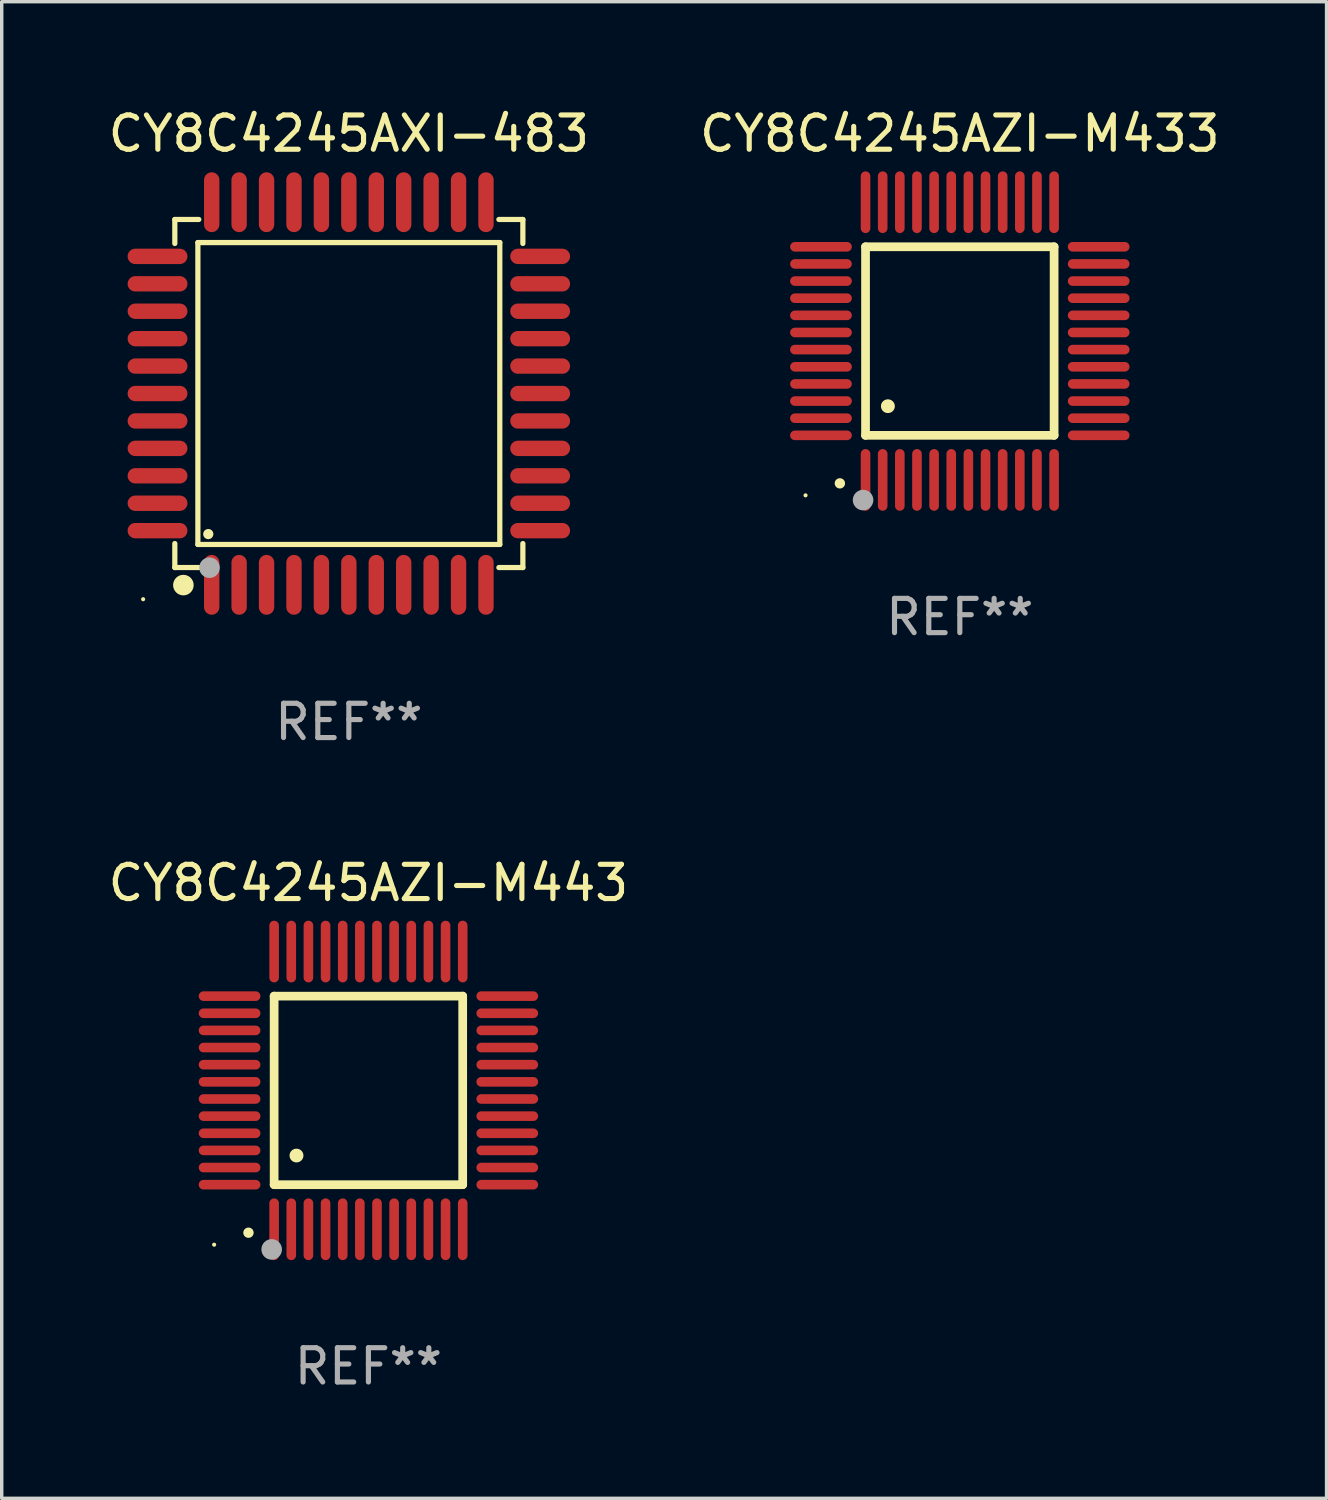
<source format=kicad_pcb>
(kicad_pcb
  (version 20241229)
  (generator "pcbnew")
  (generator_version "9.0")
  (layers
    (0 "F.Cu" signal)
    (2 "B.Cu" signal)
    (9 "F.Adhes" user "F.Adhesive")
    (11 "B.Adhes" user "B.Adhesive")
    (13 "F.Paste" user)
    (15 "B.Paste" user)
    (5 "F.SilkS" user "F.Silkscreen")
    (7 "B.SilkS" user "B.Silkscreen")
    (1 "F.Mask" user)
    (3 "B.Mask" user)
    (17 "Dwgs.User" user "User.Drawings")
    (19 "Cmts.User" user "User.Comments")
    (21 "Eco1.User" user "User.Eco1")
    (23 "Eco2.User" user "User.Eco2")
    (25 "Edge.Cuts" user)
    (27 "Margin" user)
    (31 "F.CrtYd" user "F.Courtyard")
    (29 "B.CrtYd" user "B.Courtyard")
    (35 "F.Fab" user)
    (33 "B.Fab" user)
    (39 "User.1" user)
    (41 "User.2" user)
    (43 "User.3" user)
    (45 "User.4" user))
  (footprint "CY8C4245AXI-483"
    (layer "F.Cu")
    (at 7.125 8.428)
    (property "Reference" "CY8C4245AXI-483" (at 0 -7.58 0) (layer "F.SilkS") (effects (font (size 1 1) (thickness 0.15))))
    (attr through_hole)
    (fp_line (start -5.076 -5.076) (end -5.076 -4.376) (stroke (width 0.152) (type solid)) (layer "F.SilkS"))
    (fp_line (start -5.076 5.076) (end -5.076 4.376) (stroke (width 0.152) (type solid)) (layer "F.SilkS"))
    (fp_line (start -4.403 -4.403) (end 4.403 -4.403) (stroke (width 0.152) (type solid)) (layer "F.SilkS"))
    (fp_line (start -4.403 4.403) (end -4.403 -4.403) (stroke (width 0.152) (type solid)) (layer "F.SilkS"))
    (fp_line (start -4.376 -5.076) (end -5.076 -5.076) (stroke (width 0.152) (type solid)) (layer "F.SilkS"))
    (fp_line (start -4.376 5.076) (end -5.076 5.076) (stroke (width 0.152) (type solid)) (layer "F.SilkS"))
    (fp_line (start 4.376 -5.076) (end 5.076 -5.076) (stroke (width 0.152) (type solid)) (layer "F.SilkS"))
    (fp_line (start 4.376 5.076) (end 5.076 5.076) (stroke (width 0.152) (type solid)) (layer "F.SilkS"))
    (fp_line (start 4.403 -4.403) (end 4.403 4.403) (stroke (width 0.152) (type solid)) (layer "F.SilkS"))
    (fp_line (start 4.403 4.403) (end -4.403 4.403) (stroke (width 0.152) (type solid)) (layer "F.SilkS"))
    (fp_line (start 5.076 -5.076) (end 5.076 -4.376) (stroke (width 0.152) (type solid)) (layer "F.SilkS"))
    (fp_line (start 5.076 5.076) (end 5.076 4.376) (stroke (width 0.152) (type solid)) (layer "F.SilkS"))
    (fp_circle (center -6 6) (end -5.97 6) (stroke (width 0.06) (type solid)) (fill no) (layer "F.SilkS"))
    (fp_circle (center -4.826 5.588) (end -4.676 5.588) (stroke (width 0.3) (type solid)) (fill no) (layer "F.SilkS"))
    (fp_circle (center -4.1 4.1) (end -4.025 4.1) (stroke (width 0.15) (type solid)) (fill no) (layer "F.SilkS"))
    (fp_circle (center -4.064 5.08) (end -3.914 5.08) (stroke (width 0.3) (type solid)) (fill no) (layer "F.Fab"))
    (fp_text user "REF**" (at 0 9.58 0) (layer "F.Fab") (effects (font (size 1 1) (thickness 0.15))))
    (pad "1" smd oval (at -4 5.58) (size 0.448 1.745) (layers "F.Cu" "F.Mask" "F.Paste"))
    (pad "2" smd oval (at -3.2 5.58) (size 0.448 1.745) (layers "F.Cu" "F.Mask" "F.Paste"))
    (pad "3" smd oval (at -2.4 5.58) (size 0.448 1.745) (layers "F.Cu" "F.Mask" "F.Paste"))
    (pad "4" smd oval (at -1.6 5.58) (size 0.448 1.745) (layers "F.Cu" "F.Mask" "F.Paste"))
    (pad "5" smd oval (at -0.8 5.58) (size 0.448 1.745) (layers "F.Cu" "F.Mask" "F.Paste"))
    (pad "6" smd oval (at 0 5.58) (size 0.448 1.745) (layers "F.Cu" "F.Mask" "F.Paste"))
    (pad "7" smd oval (at 0.8 5.58) (size 0.448 1.745) (layers "F.Cu" "F.Mask" "F.Paste"))
    (pad "8" smd oval (at 1.6 5.58) (size 0.448 1.745) (layers "F.Cu" "F.Mask" "F.Paste"))
    (pad "9" smd oval (at 2.4 5.58) (size 0.448 1.745) (layers "F.Cu" "F.Mask" "F.Paste"))
    (pad "10" smd oval (at 3.2 5.58) (size 0.448 1.745) (layers "F.Cu" "F.Mask" "F.Paste"))
    (pad "11" smd oval (at 4 5.58) (size 0.448 1.745) (layers "F.Cu" "F.Mask" "F.Paste"))
    (pad "12" smd oval (at 5.58 4) (size 1.745 0.448) (layers "F.Cu" "F.Mask" "F.Paste"))
    (pad "13" smd oval (at 5.58 3.2) (size 1.745 0.448) (layers "F.Cu" "F.Mask" "F.Paste"))
    (pad "14" smd oval (at 5.58 2.4) (size 1.745 0.448) (layers "F.Cu" "F.Mask" "F.Paste"))
    (pad "15" smd oval (at 5.58 1.6) (size 1.745 0.448) (layers "F.Cu" "F.Mask" "F.Paste"))
    (pad "16" smd oval (at 5.58 0.8) (size 1.745 0.448) (layers "F.Cu" "F.Mask" "F.Paste"))
    (pad "17" smd oval (at 5.58 0) (size 1.745 0.448) (layers "F.Cu" "F.Mask" "F.Paste"))
    (pad "18" smd oval (at 5.58 -0.8) (size 1.745 0.448) (layers "F.Cu" "F.Mask" "F.Paste"))
    (pad "19" smd oval (at 5.58 -1.6) (size 1.745 0.448) (layers "F.Cu" "F.Mask" "F.Paste"))
    (pad "20" smd oval (at 5.58 -2.4) (size 1.745 0.448) (layers "F.Cu" "F.Mask" "F.Paste"))
    (pad "21" smd oval (at 5.58 -3.2) (size 1.745 0.448) (layers "F.Cu" "F.Mask" "F.Paste"))
    (pad "22" smd oval (at 5.58 -4) (size 1.745 0.448) (layers "F.Cu" "F.Mask" "F.Paste"))
    (pad "23" smd oval (at 4 -5.58) (size 0.448 1.745) (layers "F.Cu" "F.Mask" "F.Paste"))
    (pad "24" smd oval (at 3.2 -5.58) (size 0.448 1.745) (layers "F.Cu" "F.Mask" "F.Paste"))
    (pad "25" smd oval (at 2.4 -5.58) (size 0.448 1.745) (layers "F.Cu" "F.Mask" "F.Paste"))
    (pad "26" smd oval (at 1.6 -5.58) (size 0.448 1.745) (layers "F.Cu" "F.Mask" "F.Paste"))
    (pad "27" smd oval (at 0.8 -5.58) (size 0.448 1.745) (layers "F.Cu" "F.Mask" "F.Paste"))
    (pad "28" smd oval (at 0 -5.58) (size 0.448 1.745) (layers "F.Cu" "F.Mask" "F.Paste"))
    (pad "29" smd oval (at -0.8 -5.58) (size 0.448 1.745) (layers "F.Cu" "F.Mask" "F.Paste"))
    (pad "30" smd oval (at -1.6 -5.58) (size 0.448 1.745) (layers "F.Cu" "F.Mask" "F.Paste"))
    (pad "31" smd oval (at -2.4 -5.58) (size 0.448 1.745) (layers "F.Cu" "F.Mask" "F.Paste"))
    (pad "32" smd oval (at -3.2 -5.58) (size 0.448 1.745) (layers "F.Cu" "F.Mask" "F.Paste"))
    (pad "33" smd oval (at -4 -5.58) (size 0.448 1.745) (layers "F.Cu" "F.Mask" "F.Paste"))
    (pad "34" smd oval (at -5.58 -4) (size 1.745 0.448) (layers "F.Cu" "F.Mask" "F.Paste"))
    (pad "35" smd oval (at -5.58 -3.2) (size 1.745 0.448) (layers "F.Cu" "F.Mask" "F.Paste"))
    (pad "36" smd oval (at -5.58 -2.4) (size 1.745 0.448) (layers "F.Cu" "F.Mask" "F.Paste"))
    (pad "37" smd oval (at -5.58 -1.6) (size 1.745 0.448) (layers "F.Cu" "F.Mask" "F.Paste"))
    (pad "38" smd oval (at -5.58 -0.8) (size 1.745 0.448) (layers "F.Cu" "F.Mask" "F.Paste"))
    (pad "39" smd oval (at -5.58 0) (size 1.745 0.448) (layers "F.Cu" "F.Mask" "F.Paste"))
    (pad "40" smd oval (at -5.58 0.8) (size 1.745 0.448) (layers "F.Cu" "F.Mask" "F.Paste"))
    (pad "41" smd oval (at -5.58 1.6) (size 1.745 0.448) (layers "F.Cu" "F.Mask" "F.Paste"))
    (pad "42" smd oval (at -5.58 2.4) (size 1.745 0.448) (layers "F.Cu" "F.Mask" "F.Paste"))
    (pad "43" smd oval (at -5.58 3.2) (size 1.745 0.448) (layers "F.Cu" "F.Mask" "F.Paste"))
    (pad "44" smd oval (at -5.58 4) (size 1.745 0.448) (layers "F.Cu" "F.Mask" "F.Paste")))
  (footprint "CY8C4245AZI-M433"
    (layer "F.Cu")
    (at 24.946 6.898)
    (property "Reference" "CY8C4245AZI-M433" (at 0 -6.05 0) (layer "F.SilkS") (effects (font (size 1 1) (thickness 0.15))))
    (attr through_hole)
    (fp_line (start -2.75 -2.75) (end 2.75 -2.75) (stroke (width 0.254) (type solid)) (layer "F.SilkS"))
    (fp_line (start -2.75 2.75) (end -2.75 -2.75) (stroke (width 0.254) (type solid)) (layer "F.SilkS"))
    (fp_line (start 2.75 -2.75) (end 2.75 2.75) (stroke (width 0.254) (type solid)) (layer "F.SilkS"))
    (fp_line (start 2.75 2.75) (end -2.75 2.75) (stroke (width 0.254) (type solid)) (layer "F.SilkS"))
    (fp_arc (start -3.500127 4.150368) (mid -3.498857 4.150363) (end -3.497587 4.150368) (stroke (width 0.3) (type solid)) (layer "F.SilkS"))
    (fp_arc (start -2.100584 1.899924) (mid -2.098044 1.899908) (end -2.095504 1.899924) (stroke (width 0.4) (type solid)) (layer "F.SilkS"))
    (fp_circle (center -4.5 4.5) (end -4.47 4.5) (stroke (width 0.06) (type solid)) (fill no) (layer "F.SilkS"))
    (fp_circle (center -2.822 4.638) (end -2.672 4.638) (stroke (width 0.3) (type solid)) (fill no) (layer "F.Fab"))
    (fp_text user "REF**" (at 0 8.05 0) (layer "F.Fab") (effects (font (size 1 1) (thickness 0.15))))
    (pad "1" smd oval (at -2.75 4.05) (size 0.28 1.8) (layers "F.Cu" "F.Mask" "F.Paste"))
    (pad "2" smd oval (at -2.25 4.05) (size 0.28 1.8) (layers "F.Cu" "F.Mask" "F.Paste"))
    (pad "3" smd oval (at -1.75 4.05) (size 0.28 1.8) (layers "F.Cu" "F.Mask" "F.Paste"))
    (pad "4" smd oval (at -1.25 4.05) (size 0.28 1.8) (layers "F.Cu" "F.Mask" "F.Paste"))
    (pad "5" smd oval (at -0.75 4.05) (size 0.28 1.8) (layers "F.Cu" "F.Mask" "F.Paste"))
    (pad "6" smd oval (at -0.25 4.05) (size 0.28 1.8) (layers "F.Cu" "F.Mask" "F.Paste"))
    (pad "7" smd oval (at 0.25 4.05) (size 0.28 1.8) (layers "F.Cu" "F.Mask" "F.Paste"))
    (pad "8" smd oval (at 0.75 4.05) (size 0.28 1.8) (layers "F.Cu" "F.Mask" "F.Paste"))
    (pad "9" smd oval (at 1.25 4.05) (size 0.28 1.8) (layers "F.Cu" "F.Mask" "F.Paste"))
    (pad "10" smd oval (at 1.75 4.05) (size 0.28 1.8) (layers "F.Cu" "F.Mask" "F.Paste"))
    (pad "11" smd oval (at 2.25 4.05) (size 0.28 1.8) (layers "F.Cu" "F.Mask" "F.Paste"))
    (pad "12" smd oval (at 2.75 4.05) (size 0.28 1.8) (layers "F.Cu" "F.Mask" "F.Paste"))
    (pad "13" smd oval (at 4.05 2.75) (size 1.8 0.28) (layers "F.Cu" "F.Mask" "F.Paste"))
    (pad "14" smd oval (at 4.05 2.25) (size 1.8 0.28) (layers "F.Cu" "F.Mask" "F.Paste"))
    (pad "15" smd oval (at 4.05 1.75) (size 1.8 0.28) (layers "F.Cu" "F.Mask" "F.Paste"))
    (pad "16" smd oval (at 4.05 1.25) (size 1.8 0.28) (layers "F.Cu" "F.Mask" "F.Paste"))
    (pad "17" smd oval (at 4.05 0.75) (size 1.8 0.28) (layers "F.Cu" "F.Mask" "F.Paste"))
    (pad "18" smd oval (at 4.05 0.25) (size 1.8 0.28) (layers "F.Cu" "F.Mask" "F.Paste"))
    (pad "19" smd oval (at 4.05 -0.25) (size 1.8 0.28) (layers "F.Cu" "F.Mask" "F.Paste"))
    (pad "20" smd oval (at 4.05 -0.75) (size 1.8 0.28) (layers "F.Cu" "F.Mask" "F.Paste"))
    (pad "21" smd oval (at 4.05 -1.25) (size 1.8 0.28) (layers "F.Cu" "F.Mask" "F.Paste"))
    (pad "22" smd oval (at 4.05 -1.75) (size 1.8 0.28) (layers "F.Cu" "F.Mask" "F.Paste"))
    (pad "23" smd oval (at 4.05 -2.25) (size 1.8 0.28) (layers "F.Cu" "F.Mask" "F.Paste"))
    (pad "24" smd oval (at 4.05 -2.75) (size 1.8 0.28) (layers "F.Cu" "F.Mask" "F.Paste"))
    (pad "25" smd oval (at 2.75 -4.05) (size 0.28 1.8) (layers "F.Cu" "F.Mask" "F.Paste"))
    (pad "26" smd oval (at 2.25 -4.05) (size 0.28 1.8) (layers "F.Cu" "F.Mask" "F.Paste"))
    (pad "27" smd oval (at 1.75 -4.05) (size 0.28 1.8) (layers "F.Cu" "F.Mask" "F.Paste"))
    (pad "28" smd oval (at 1.25 -4.05) (size 0.28 1.8) (layers "F.Cu" "F.Mask" "F.Paste"))
    (pad "29" smd oval (at 0.75 -4.05) (size 0.28 1.8) (layers "F.Cu" "F.Mask" "F.Paste"))
    (pad "30" smd oval (at 0.25 -4.05) (size 0.28 1.8) (layers "F.Cu" "F.Mask" "F.Paste"))
    (pad "31" smd oval (at -0.25 -4.05) (size 0.28 1.8) (layers "F.Cu" "F.Mask" "F.Paste"))
    (pad "32" smd oval (at -0.75 -4.05) (size 0.28 1.8) (layers "F.Cu" "F.Mask" "F.Paste"))
    (pad "33" smd oval (at -1.25 -4.05) (size 0.28 1.8) (layers "F.Cu" "F.Mask" "F.Paste"))
    (pad "34" smd oval (at -1.75 -4.05) (size 0.28 1.8) (layers "F.Cu" "F.Mask" "F.Paste"))
    (pad "35" smd oval (at -2.25 -4.05) (size 0.28 1.8) (layers "F.Cu" "F.Mask" "F.Paste"))
    (pad "36" smd oval (at -2.75 -4.05) (size 0.28 1.8) (layers "F.Cu" "F.Mask" "F.Paste"))
    (pad "37" smd oval (at -4.05 -2.75) (size 1.8 0.28) (layers "F.Cu" "F.Mask" "F.Paste"))
    (pad "38" smd oval (at -4.05 -2.25) (size 1.8 0.28) (layers "F.Cu" "F.Mask" "F.Paste"))
    (pad "39" smd oval (at -4.05 -1.75) (size 1.8 0.28) (layers "F.Cu" "F.Mask" "F.Paste"))
    (pad "40" smd oval (at -4.05 -1.25) (size 1.8 0.28) (layers "F.Cu" "F.Mask" "F.Paste"))
    (pad "41" smd oval (at -4.05 -0.75) (size 1.8 0.28) (layers "F.Cu" "F.Mask" "F.Paste"))
    (pad "42" smd oval (at -4.05 -0.25) (size 1.8 0.28) (layers "F.Cu" "F.Mask" "F.Paste"))
    (pad "43" smd oval (at -4.05 0.25) (size 1.8 0.28) (layers "F.Cu" "F.Mask" "F.Paste"))
    (pad "44" smd oval (at -4.05 0.75) (size 1.8 0.28) (layers "F.Cu" "F.Mask" "F.Paste"))
    (pad "45" smd oval (at -4.05 1.25) (size 1.8 0.28) (layers "F.Cu" "F.Mask" "F.Paste"))
    (pad "46" smd oval (at -4.05 1.75) (size 1.8 0.28) (layers "F.Cu" "F.Mask" "F.Paste"))
    (pad "47" smd oval (at -4.05 2.25) (size 1.8 0.28) (layers "F.Cu" "F.Mask" "F.Paste"))
    (pad "48" smd oval (at -4.05 2.75) (size 1.8 0.28) (layers "F.Cu" "F.Mask" "F.Paste")))
  (footprint "CY8C4245AZI-M443"
    (layer "F.Cu")
    (at 7.696 28.755)
    (property "Reference" "CY8C4245AZI-M443" (at 0 -6.05 0) (layer "F.SilkS") (effects (font (size 1 1) (thickness 0.15))))
    (attr through_hole)
    (fp_line (start -2.75 -2.75) (end 2.75 -2.75) (stroke (width 0.254) (type solid)) (layer "F.SilkS"))
    (fp_line (start -2.75 2.75) (end -2.75 -2.75) (stroke (width 0.254) (type solid)) (layer "F.SilkS"))
    (fp_line (start 2.75 -2.75) (end 2.75 2.75) (stroke (width 0.254) (type solid)) (layer "F.SilkS"))
    (fp_line (start 2.75 2.75) (end -2.75 2.75) (stroke (width 0.254) (type solid)) (layer "F.SilkS"))
    (fp_arc (start -3.500127 4.150368) (mid -3.498857 4.150363) (end -3.497587 4.150368) (stroke (width 0.3) (type solid)) (layer "F.SilkS"))
    (fp_arc (start -2.100584 1.899924) (mid -2.098044 1.899908) (end -2.095504 1.899924) (stroke (width 0.4) (type solid)) (layer "F.SilkS"))
    (fp_circle (center -4.5 4.5) (end -4.47 4.5) (stroke (width 0.06) (type solid)) (fill no) (layer "F.SilkS"))
    (fp_circle (center -2.822 4.638) (end -2.672 4.638) (stroke (width 0.3) (type solid)) (fill no) (layer "F.Fab"))
    (fp_text user "REF**" (at 0 8.05 0) (layer "F.Fab") (effects (font (size 1 1) (thickness 0.15))))
    (pad "1" smd oval (at -2.75 4.05) (size 0.28 1.8) (layers "F.Cu" "F.Mask" "F.Paste"))
    (pad "2" smd oval (at -2.25 4.05) (size 0.28 1.8) (layers "F.Cu" "F.Mask" "F.Paste"))
    (pad "3" smd oval (at -1.75 4.05) (size 0.28 1.8) (layers "F.Cu" "F.Mask" "F.Paste"))
    (pad "4" smd oval (at -1.25 4.05) (size 0.28 1.8) (layers "F.Cu" "F.Mask" "F.Paste"))
    (pad "5" smd oval (at -0.75 4.05) (size 0.28 1.8) (layers "F.Cu" "F.Mask" "F.Paste"))
    (pad "6" smd oval (at -0.25 4.05) (size 0.28 1.8) (layers "F.Cu" "F.Mask" "F.Paste"))
    (pad "7" smd oval (at 0.25 4.05) (size 0.28 1.8) (layers "F.Cu" "F.Mask" "F.Paste"))
    (pad "8" smd oval (at 0.75 4.05) (size 0.28 1.8) (layers "F.Cu" "F.Mask" "F.Paste"))
    (pad "9" smd oval (at 1.25 4.05) (size 0.28 1.8) (layers "F.Cu" "F.Mask" "F.Paste"))
    (pad "10" smd oval (at 1.75 4.05) (size 0.28 1.8) (layers "F.Cu" "F.Mask" "F.Paste"))
    (pad "11" smd oval (at 2.25 4.05) (size 0.28 1.8) (layers "F.Cu" "F.Mask" "F.Paste"))
    (pad "12" smd oval (at 2.75 4.05) (size 0.28 1.8) (layers "F.Cu" "F.Mask" "F.Paste"))
    (pad "13" smd oval (at 4.05 2.75) (size 1.8 0.28) (layers "F.Cu" "F.Mask" "F.Paste"))
    (pad "14" smd oval (at 4.05 2.25) (size 1.8 0.28) (layers "F.Cu" "F.Mask" "F.Paste"))
    (pad "15" smd oval (at 4.05 1.75) (size 1.8 0.28) (layers "F.Cu" "F.Mask" "F.Paste"))
    (pad "16" smd oval (at 4.05 1.25) (size 1.8 0.28) (layers "F.Cu" "F.Mask" "F.Paste"))
    (pad "17" smd oval (at 4.05 0.75) (size 1.8 0.28) (layers "F.Cu" "F.Mask" "F.Paste"))
    (pad "18" smd oval (at 4.05 0.25) (size 1.8 0.28) (layers "F.Cu" "F.Mask" "F.Paste"))
    (pad "19" smd oval (at 4.05 -0.25) (size 1.8 0.28) (layers "F.Cu" "F.Mask" "F.Paste"))
    (pad "20" smd oval (at 4.05 -0.75) (size 1.8 0.28) (layers "F.Cu" "F.Mask" "F.Paste"))
    (pad "21" smd oval (at 4.05 -1.25) (size 1.8 0.28) (layers "F.Cu" "F.Mask" "F.Paste"))
    (pad "22" smd oval (at 4.05 -1.75) (size 1.8 0.28) (layers "F.Cu" "F.Mask" "F.Paste"))
    (pad "23" smd oval (at 4.05 -2.25) (size 1.8 0.28) (layers "F.Cu" "F.Mask" "F.Paste"))
    (pad "24" smd oval (at 4.05 -2.75) (size 1.8 0.28) (layers "F.Cu" "F.Mask" "F.Paste"))
    (pad "25" smd oval (at 2.75 -4.05) (size 0.28 1.8) (layers "F.Cu" "F.Mask" "F.Paste"))
    (pad "26" smd oval (at 2.25 -4.05) (size 0.28 1.8) (layers "F.Cu" "F.Mask" "F.Paste"))
    (pad "27" smd oval (at 1.75 -4.05) (size 0.28 1.8) (layers "F.Cu" "F.Mask" "F.Paste"))
    (pad "28" smd oval (at 1.25 -4.05) (size 0.28 1.8) (layers "F.Cu" "F.Mask" "F.Paste"))
    (pad "29" smd oval (at 0.75 -4.05) (size 0.28 1.8) (layers "F.Cu" "F.Mask" "F.Paste"))
    (pad "30" smd oval (at 0.25 -4.05) (size 0.28 1.8) (layers "F.Cu" "F.Mask" "F.Paste"))
    (pad "31" smd oval (at -0.25 -4.05) (size 0.28 1.8) (layers "F.Cu" "F.Mask" "F.Paste"))
    (pad "32" smd oval (at -0.75 -4.05) (size 0.28 1.8) (layers "F.Cu" "F.Mask" "F.Paste"))
    (pad "33" smd oval (at -1.25 -4.05) (size 0.28 1.8) (layers "F.Cu" "F.Mask" "F.Paste"))
    (pad "34" smd oval (at -1.75 -4.05) (size 0.28 1.8) (layers "F.Cu" "F.Mask" "F.Paste"))
    (pad "35" smd oval (at -2.25 -4.05) (size 0.28 1.8) (layers "F.Cu" "F.Mask" "F.Paste"))
    (pad "36" smd oval (at -2.75 -4.05) (size 0.28 1.8) (layers "F.Cu" "F.Mask" "F.Paste"))
    (pad "37" smd oval (at -4.05 -2.75) (size 1.8 0.28) (layers "F.Cu" "F.Mask" "F.Paste"))
    (pad "38" smd oval (at -4.05 -2.25) (size 1.8 0.28) (layers "F.Cu" "F.Mask" "F.Paste"))
    (pad "39" smd oval (at -4.05 -1.75) (size 1.8 0.28) (layers "F.Cu" "F.Mask" "F.Paste"))
    (pad "40" smd oval (at -4.05 -1.25) (size 1.8 0.28) (layers "F.Cu" "F.Mask" "F.Paste"))
    (pad "41" smd oval (at -4.05 -0.75) (size 1.8 0.28) (layers "F.Cu" "F.Mask" "F.Paste"))
    (pad "42" smd oval (at -4.05 -0.25) (size 1.8 0.28) (layers "F.Cu" "F.Mask" "F.Paste"))
    (pad "43" smd oval (at -4.05 0.25) (size 1.8 0.28) (layers "F.Cu" "F.Mask" "F.Paste"))
    (pad "44" smd oval (at -4.05 0.75) (size 1.8 0.28) (layers "F.Cu" "F.Mask" "F.Paste"))
    (pad "45" smd oval (at -4.05 1.25) (size 1.8 0.28) (layers "F.Cu" "F.Mask" "F.Paste"))
    (pad "46" smd oval (at -4.05 1.75) (size 1.8 0.28) (layers "F.Cu" "F.Mask" "F.Paste"))
    (pad "47" smd oval (at -4.05 2.25) (size 1.8 0.28) (layers "F.Cu" "F.Mask" "F.Paste"))
    (pad "48" smd oval (at -4.05 2.75) (size 1.8 0.28) (layers "F.Cu" "F.Mask" "F.Paste")))
  (gr_rect
    (start -3 -3)
    (end 35.643 40.653)
    (stroke (width 0.1) (type default))
    (fill no)
    (layer "Edge.Cuts")))
</source>
